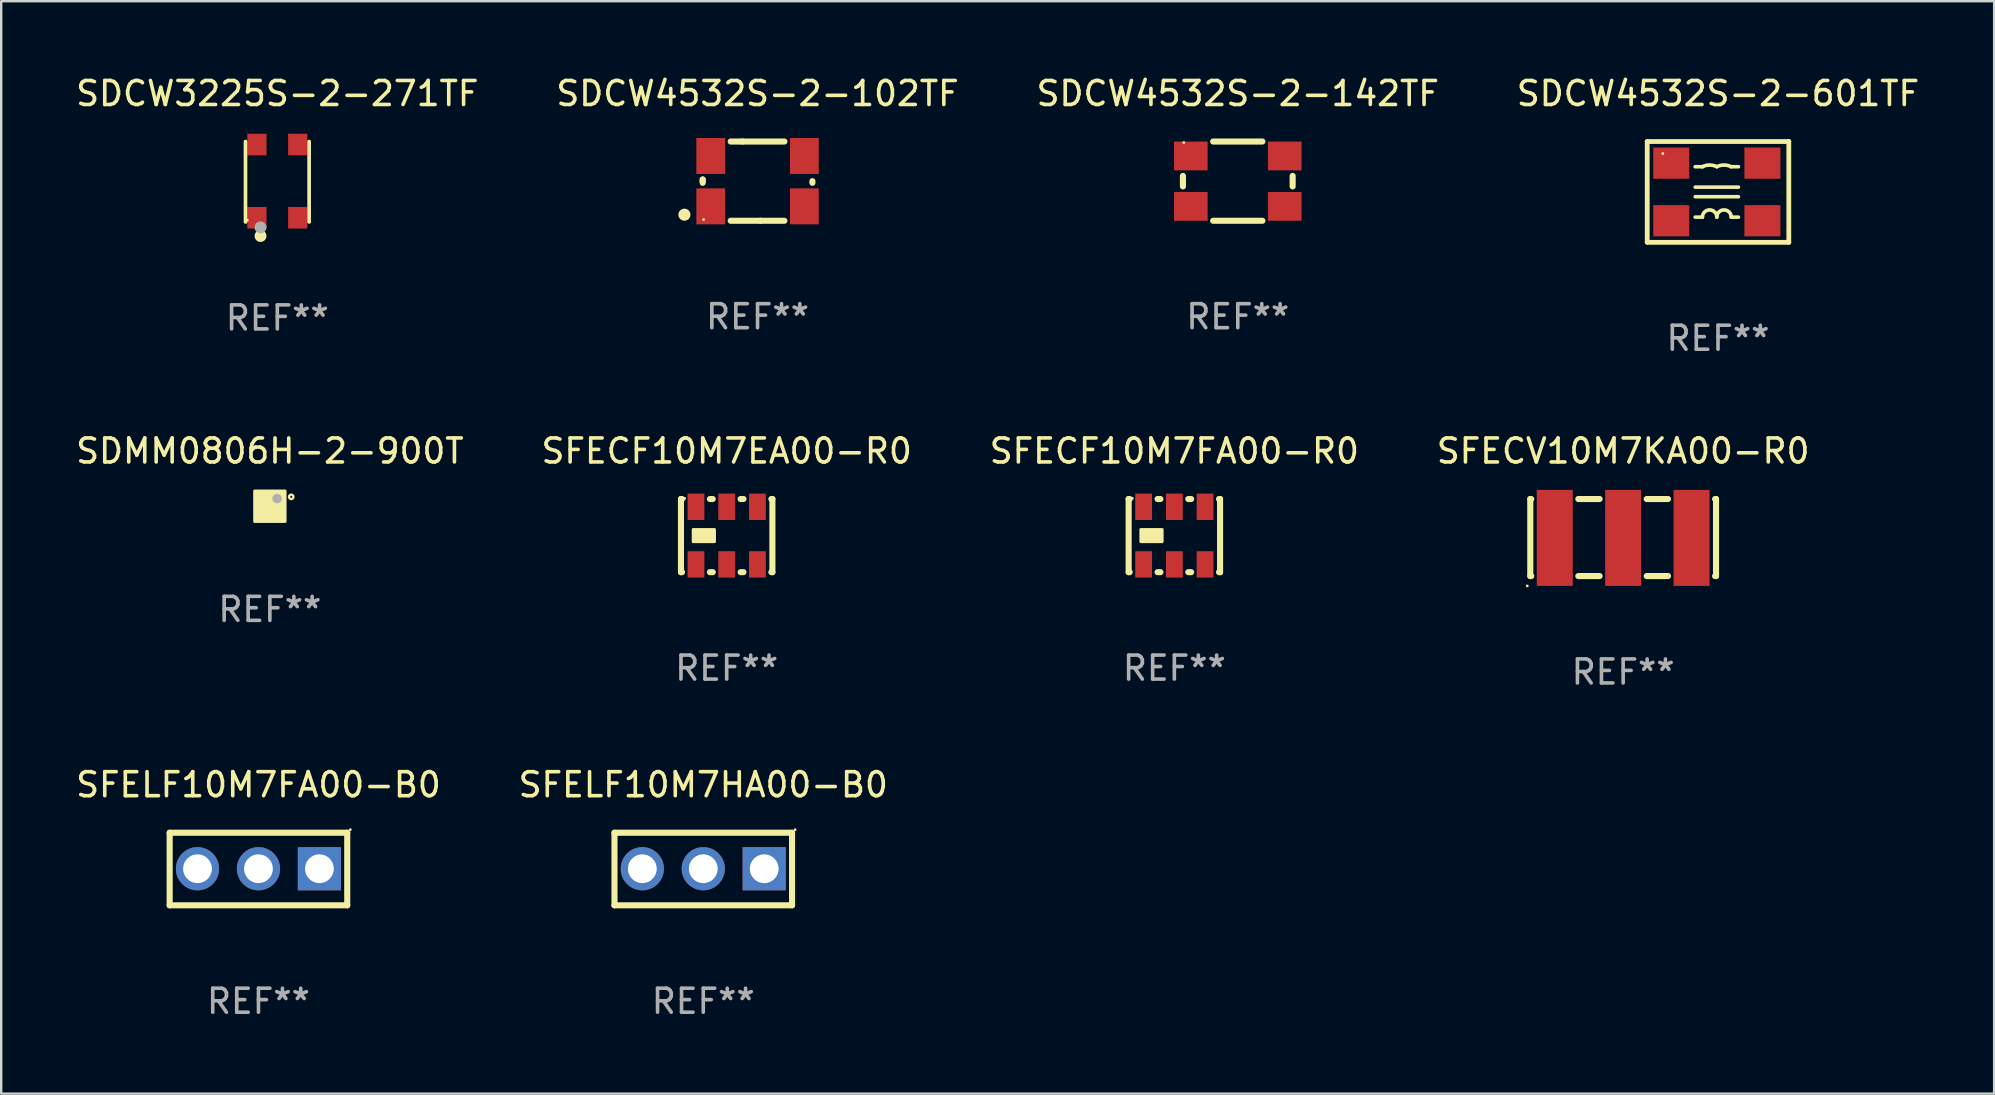
<source format=kicad_pcb>
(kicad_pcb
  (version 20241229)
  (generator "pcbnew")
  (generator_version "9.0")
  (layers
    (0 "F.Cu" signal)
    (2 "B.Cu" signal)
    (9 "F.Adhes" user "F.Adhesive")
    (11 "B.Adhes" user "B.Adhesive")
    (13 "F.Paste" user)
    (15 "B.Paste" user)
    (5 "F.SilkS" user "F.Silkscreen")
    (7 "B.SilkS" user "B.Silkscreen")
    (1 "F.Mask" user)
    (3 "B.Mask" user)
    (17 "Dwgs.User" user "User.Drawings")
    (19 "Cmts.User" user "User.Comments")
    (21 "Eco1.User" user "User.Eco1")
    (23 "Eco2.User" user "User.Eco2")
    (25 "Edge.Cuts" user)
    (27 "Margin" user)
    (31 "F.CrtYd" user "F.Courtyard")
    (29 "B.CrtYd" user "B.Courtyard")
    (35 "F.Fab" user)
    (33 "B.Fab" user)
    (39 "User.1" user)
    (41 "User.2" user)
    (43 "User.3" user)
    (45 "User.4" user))
  (footprint "SDCW3225S-2-271TF"
    (layer "F.Cu")
    (at 8.506 4.524)
    (property "Reference" "SDCW3225S-2-271TF" (at 0 -3.676 0) (layer "F.SilkS") (effects (font (size 1 1) (thickness 0.15))))
    (attr through_hole)
    (fp_line (start -1.326 1.676) (end -1.326 -1.676) (stroke (width 0.152) (type solid)) (layer "F.SilkS"))
    (fp_line (start 1.326 1.676) (end 1.326 -1.676) (stroke (width 0.152) (type solid)) (layer "F.SilkS"))
    (fp_circle (center -1.25 1.6) (end -1.22 1.6) (stroke (width 0.06) (type solid)) (fill no) (layer "F.SilkS"))
    (fp_circle (center -0.7 2.26) (end -0.575 2.26) (stroke (width 0.25) (type solid)) (fill no) (layer "F.SilkS"))
    (fp_circle (center -0.7 1.9) (end -0.575 1.9) (stroke (width 0.25) (type solid)) (fill no) (layer "F.Fab"))
    (fp_text user "REF**" (at 0 5.676 0) (layer "F.Fab") (effects (font (size 1 1) (thickness 0.15))))
    (pad "1" smd rect (at -0.85 1.5) (size 0.8 0.9) (layers "F.Cu" "F.Mask" "F.Paste"))
    (pad "2" smd rect (at -0.85 -1.55) (size 0.8 0.9) (layers "F.Cu" "F.Mask" "F.Paste"))
    (pad "3" smd rect (at 0.85 -1.55) (size 0.8 0.9) (layers "F.Cu" "F.Mask" "F.Paste"))
    (pad "4" smd rect (at 0.85 1.5) (size 0.8 0.9) (layers "F.Cu" "F.Mask" "F.Paste")))
  (footprint "SFECF10M7FA00-R0"
    (layer "F.Cu")
    (at 45.887 19.269)
    (property "Reference" "SFECF10M7FA00-R0" (at 0 -3.524 0) (layer "F.SilkS") (effects (font (size 1 1) (thickness 0.15))))
    (attr through_hole)
    (fp_line (start -1.905 -1.524) (end -1.905 1.524) (stroke (width 0.254) (type solid)) (layer "F.SilkS"))
    (fp_line (start -1.905 1.524) (end -1.861 1.524) (stroke (width 0.254) (type solid)) (layer "F.SilkS"))
    (fp_line (start -1.861 -1.524) (end -1.905 -1.524) (stroke (width 0.254) (type solid)) (layer "F.SilkS"))
    (fp_line (start -0.699 1.524) (end -0.581 1.524) (stroke (width 0.254) (type solid)) (layer "F.SilkS"))
    (fp_line (start -0.581 -1.524) (end -0.699 -1.524) (stroke (width 0.254) (type solid)) (layer "F.SilkS"))
    (fp_line (start 0.581 1.524) (end 0.699 1.524) (stroke (width 0.254) (type solid)) (layer "F.SilkS"))
    (fp_line (start 0.699 -1.524) (end 0.581 -1.524) (stroke (width 0.254) (type solid)) (layer "F.SilkS"))
    (fp_line (start 1.861 1.524) (end 1.905 1.524) (stroke (width 0.254) (type solid)) (layer "F.SilkS"))
    (fp_line (start 1.905 -1.524) (end 1.861 -1.524) (stroke (width 0.254) (type solid)) (layer "F.SilkS"))
    (fp_line (start 1.905 1.524) (end 1.905 -1.524) (stroke (width 0.254) (type solid)) (layer "F.SilkS"))
    (fp_circle (center -1.75 -1.55) (end -1.72 -1.55) (stroke (width 0.06) (type solid)) (fill no) (layer "F.SilkS"))
    (fp_poly (pts (xy -1.397 -0.254) (xy -0.508 -0.254) (xy -0.508 0.254) (xy -1.397 0.254)) (stroke (width 0.12) (type solid)) (fill yes) (layer "F.SilkS"))
    (fp_text user "REF**" (at 0 5.524 0) (layer "F.Fab") (effects (font (size 1 1) (thickness 0.15))))
    (pad "1" smd rect (at -1.28 -1.2) (size 0.7 1.1) (layers "F.Cu" "F.Mask" "F.Paste"))
    (pad "2" smd rect (at 0 -1.2) (size 0.7 1.1) (layers "F.Cu" "F.Mask" "F.Paste"))
    (pad "3" smd rect (at 1.28 -1.2) (size 0.7 1.1) (layers "F.Cu" "F.Mask" "F.Paste"))
    (pad "4" smd rect (at 1.28 1.2) (size 0.7 1.1) (layers "F.Cu" "F.Mask" "F.Paste"))
    (pad "5" smd rect (at 0 1.2) (size 0.7 1.1) (layers "F.Cu" "F.Mask" "F.Paste"))
    (pad "6" smd rect (at -1.28 1.2) (size 0.7 1.1) (layers "F.Cu" "F.Mask" "F.Paste")))
  (footprint "SFELF10M7FA00-B0"
    (layer "F.Cu")
    (at 7.72 33.163)
    (property "Reference" "SFELF10M7FA00-B0" (at 0 -3.512 0) (layer "F.SilkS") (effects (font (size 1 1) (thickness 0.15))))
    (attr through_hole)
    (fp_line (start -3.7 -1.512) (end -3.7 1.512) (stroke (width 0.254) (type solid)) (layer "F.SilkS"))
    (fp_line (start -3.7 -1.512) (end 3.7 -1.512) (stroke (width 0.254) (type solid)) (layer "F.SilkS"))
    (fp_line (start -3.7 1.512) (end 3.7 1.512) (stroke (width 0.254) (type solid)) (layer "F.SilkS"))
    (fp_line (start 3.7 -1.512) (end 3.7 1.512) (stroke (width 0.254) (type solid)) (layer "F.SilkS"))
    (fp_circle (center 3.827 -1.639) (end 3.857 -1.639) (stroke (width 0.06) (type solid)) (fill no) (layer "F.SilkS"))
    (fp_text user "REF**" (at 0 5.512 0) (layer "F.Fab") (effects (font (size 1 1) (thickness 0.15))))
    (pad "1" thru_hole rect (at 2.54 -0.012) (size 1.8 1.8) (drill 1.2) (layers "*.Cu" "*.Mask"))
    (pad "2" thru_hole circle (at 0 -0.012) (size 1.8 1.8) (drill 1.2) (layers "*.Cu" "*.Mask"))
    (pad "3" thru_hole circle (at -2.54 -0.012) (size 1.8 1.8) (drill 1.2) (layers "*.Cu" "*.Mask")))
  (footprint "SFELF10M7HA00-B0"
    (layer "F.Cu")
    (at 26.256 33.163)
    (property "Reference" "SFELF10M7HA00-B0" (at 0 -3.512 0) (layer "F.SilkS") (effects (font (size 1 1) (thickness 0.15))))
    (attr through_hole)
    (fp_line (start -3.7 -1.512) (end -3.7 1.512) (stroke (width 0.254) (type solid)) (layer "F.SilkS"))
    (fp_line (start -3.7 -1.512) (end 3.7 -1.512) (stroke (width 0.254) (type solid)) (layer "F.SilkS"))
    (fp_line (start -3.7 1.512) (end 3.7 1.512) (stroke (width 0.254) (type solid)) (layer "F.SilkS"))
    (fp_line (start 3.7 -1.512) (end 3.7 1.512) (stroke (width 0.254) (type solid)) (layer "F.SilkS"))
    (fp_circle (center 3.827 -1.639) (end 3.857 -1.639) (stroke (width 0.06) (type solid)) (fill no) (layer "F.SilkS"))
    (fp_text user "REF**" (at 0 5.512 0) (layer "F.Fab") (effects (font (size 1 1) (thickness 0.15))))
    (pad "1" thru_hole rect (at 2.54 -0.012) (size 1.8 1.8) (drill 1.2) (layers "*.Cu" "*.Mask"))
    (pad "2" thru_hole circle (at 0 -0.012) (size 1.8 1.8) (drill 1.2) (layers "*.Cu" "*.Mask"))
    (pad "3" thru_hole circle (at -2.54 -0.012) (size 1.8 1.8) (drill 1.2) (layers "*.Cu" "*.Mask")))
  (footprint "SDMM0806H-2-900T"
    (layer "F.Cu")
    (at 8.196 18.045)
    (property "Reference" "SDMM0806H-2-900T" (at 0 -2.3 0) (layer "F.SilkS") (effects (font (size 1 1) (thickness 0.15))))
    (attr through_hole)
    (fp_circle (center 0.325 -0.425) (end 0.355 -0.425) (stroke (width 0.06) (type solid)) (fill no) (layer "F.SilkS"))
    (fp_circle (center 0.89 -0.39) (end 0.932 -0.39) (stroke (width 0.1) (type solid)) (fill no) (layer "F.SilkS"))
    (fp_poly (pts (xy -0.635 -0.635) (xy 0.635 -0.635) (xy 0.635 0.635) (xy -0.635 0.635)) (stroke (width 0.12) (type solid)) (fill yes) (layer "F.SilkS"))
    (fp_circle (center 0.3 -0.32) (end 0.4 -0.32) (stroke (width 0.2) (type solid)) (fill no) (layer "F.Fab"))
    (fp_text user "REF**" (at 0 4.3 0) (layer "F.Fab") (effects (font (size 1 1) (thickness 0.15))))
    (pad "1" smd rect (at 0.25 -0.3) (size 0.3 0.3) (layers "F.Cu" "F.Mask" "F.Paste"))
    (pad "2" smd rect (at 0.25 0.3) (size 0.3 0.3) (layers "F.Cu" "F.Mask" "F.Paste"))
    (pad "3" smd rect (at -0.25 -0.3) (size 0.3 0.3) (layers "F.Cu" "F.Mask" "F.Paste"))
    (pad "4" smd rect (at -0.25 0.3) (size 0.3 0.3) (layers "F.Cu" "F.Mask" "F.Paste")))
  (footprint "SDCW4532S-2-102TF"
    (layer "F.Cu")
    (at 28.518 4.499)
    (property "Reference" "SDCW4532S-2-102TF" (at 0 -3.651 0) (layer "F.SilkS") (effects (font (size 1 1) (thickness 0.15))))
    (attr through_hole)
    (fp_line (start -2.286 -0.069) (end -2.286 0.069) (stroke (width 0.254) (type solid)) (layer "F.SilkS"))
    (fp_line (start -2.286 0) (end -2.286 -0.069) (stroke (width 0.254) (type solid)) (layer "F.SilkS"))
    (fp_line (start -0.635 -1.651) (end -1.119 -1.651) (stroke (width 0.254) (type solid)) (layer "F.SilkS"))
    (fp_line (start -0.635 -1.651) (end 1.119 -1.651) (stroke (width 0.254) (type solid)) (layer "F.SilkS"))
    (fp_line (start 0.127 1.651) (end -1.119 1.651) (stroke (width 0.254) (type solid)) (layer "F.SilkS"))
    (fp_line (start 0.127 1.651) (end 1.119 1.651) (stroke (width 0.254) (type solid)) (layer "F.SilkS"))
    (fp_line (start 2.286 0) (end 2.286 0.069) (stroke (width 0.254) (type solid)) (layer "F.SilkS"))
    (fp_circle (center -3.048 1.397) (end -2.921 1.397) (stroke (width 0.254) (type solid)) (fill no) (layer "F.SilkS"))
    (fp_circle (center -2.25 1.6) (end -2.22 1.6) (stroke (width 0.06) (type solid)) (fill no) (layer "F.SilkS"))
    (fp_text user "REF**" (at 0 5.651 0) (layer "F.Fab") (effects (font (size 1 1) (thickness 0.15))))
    (pad "1" smd rect (at -1.95 1.05) (size 1.2 1.5) (layers "F.Cu" "F.Mask" "F.Paste"))
    (pad "2" smd rect (at 1.95 1.05) (size 1.2 1.5) (layers "F.Cu" "F.Mask" "F.Paste"))
    (pad "3" smd rect (at 1.95 -1.05) (size 1.2 1.5) (layers "F.Cu" "F.Mask" "F.Paste"))
    (pad "4" smd rect (at -1.95 -1.05) (size 1.2 1.5) (layers "F.Cu" "F.Mask" "F.Paste")))
  (footprint "SDCW4532S-2-142TF"
    (layer "F.Cu")
    (at 48.53 4.499)
    (property "Reference" "SDCW4532S-2-142TF" (at 0 -3.651 0) (layer "F.SilkS") (effects (font (size 1 1) (thickness 0.15))))
    (attr through_hole)
    (fp_line (start -2.286 0.219) (end -2.286 -0.219) (stroke (width 0.254) (type solid)) (layer "F.SilkS"))
    (fp_line (start -1.026 -1.651) (end 1.026 -1.651) (stroke (width 0.254) (type solid)) (layer "F.SilkS"))
    (fp_line (start -1.026 1.651) (end 1.026 1.651) (stroke (width 0.254) (type solid)) (layer "F.SilkS"))
    (fp_line (start 2.286 -0.219) (end 2.286 0.219) (stroke (width 0.254) (type solid)) (layer "F.SilkS"))
    (fp_circle (center -2.25 -1.607) (end -2.22 -1.607) (stroke (width 0.06) (type solid)) (fill no) (layer "F.SilkS"))
    (fp_text user "REF**" (at 0 5.651 0) (layer "F.Fab") (effects (font (size 1 1) (thickness 0.15))))
    (pad "1" smd rect (at -1.957 -1.05) (size 1.4 1.2) (layers "F.Cu" "F.Mask" "F.Paste"))
    (pad "2" smd rect (at -1.957 1.05) (size 1.4 1.2) (layers "F.Cu" "F.Mask" "F.Paste"))
    (pad "3" smd rect (at 1.957 1.05) (size 1.4 1.2) (layers "F.Cu" "F.Mask" "F.Paste"))
    (pad "4" smd rect (at 1.957 -1.05) (size 1.4 1.2) (layers "F.Cu" "F.Mask" "F.Paste")))
  (footprint "SDCW4532S-2-601TF"
    (layer "F.Cu")
    (at 68.542 4.948)
    (property "Reference" "SDCW4532S-2-601TF" (at 0 -4.1 0) (layer "F.SilkS") (effects (font (size 1 1) (thickness 0.15))))
    (attr through_hole)
    (fp_line (start -2.95 -2.1) (end 2.95 -2.1) (stroke (width 0.2) (type solid)) (layer "F.SilkS"))
    (fp_line (start -2.95 2.1) (end -2.95 -2.1) (stroke (width 0.2) (type solid)) (layer "F.SilkS"))
    (fp_line (start -0.95 -0.2) (end 0.85 -0.2) (stroke (width 0.152) (type solid)) (layer "F.SilkS"))
    (fp_line (start -0.65 -1.05) (end -0.95 -1.05) (stroke (width 0.152) (type solid)) (layer "F.SilkS"))
    (fp_line (start -0.65 1.05) (end -0.95 1.05) (stroke (width 0.152) (type solid)) (layer "F.SilkS"))
    (fp_line (start 0.55 -1.05) (end 0.85 -1.05) (stroke (width 0.152) (type solid)) (layer "F.SilkS"))
    (fp_line (start 0.55 1.05) (end 0.85 1.05) (stroke (width 0.152) (type solid)) (layer "F.SilkS"))
    (fp_line (start 0.85 0.2) (end -0.95 0.2) (stroke (width 0.152) (type solid)) (layer "F.SilkS"))
    (fp_line (start 2.95 -2.1) (end 2.95 2.1) (stroke (width 0.2) (type solid)) (layer "F.SilkS"))
    (fp_line (start 2.95 2.1) (end -2.95 2.1) (stroke (width 0.2) (type solid)) (layer "F.SilkS"))
    (fp_arc (start -0.65 1.049835) (mid -0.35 0.749835) (end -0.05 1.049835) (stroke (width 0.151994) (type solid)) (layer "F.SilkS"))
    (fp_arc (start -0.649949 -1.049784) (mid -0.349949 -1.120604) (end -0.049949 -1.049784) (stroke (width 0.151994) (type solid)) (layer "F.SilkS"))
    (fp_arc (start -0.05 1.049835) (mid 0.25 0.749835) (end 0.55 1.049835) (stroke (width 0.151994) (type solid)) (layer "F.SilkS"))
    (fp_arc (start -0.049949 -1.049784) (mid 0.250051 -1.120604) (end 0.550051 -1.049784) (stroke (width 0.151994) (type solid)) (layer "F.SilkS"))
    (fp_circle (center -2.3 -1.6) (end -2.27 -1.6) (stroke (width 0.06) (type solid)) (fill no) (layer "F.SilkS"))
    (fp_text user "REF**" (at 0 6.1 0) (layer "F.Fab") (effects (font (size 1 1) (thickness 0.15))))
    (pad "1" smd rect (at -1.95 -1.2 270) (size 1.3 1.5) (layers "F.Cu" "F.Mask" "F.Paste"))
    (pad "2" smd rect (at 1.85 -1.2 270) (size 1.3 1.5) (layers "F.Cu" "F.Mask" "F.Paste"))
    (pad "3" smd rect (at 1.85 1.2 270) (size 1.3 1.5) (layers "F.Cu" "F.Mask" "F.Paste"))
    (pad "4" smd rect (at -1.95 1.2 270) (size 1.3 1.5) (layers "F.Cu" "F.Mask" "F.Paste")))
  (footprint "SFECF10M7EA00-R0"
    (layer "F.Cu")
    (at 27.232 19.269)
    (property "Reference" "SFECF10M7EA00-R0" (at 0 -3.524 0) (layer "F.SilkS") (effects (font (size 1 1) (thickness 0.15))))
    (attr through_hole)
    (fp_line (start -1.905 -1.524) (end -1.905 1.524) (stroke (width 0.254) (type solid)) (layer "F.SilkS"))
    (fp_line (start -1.905 1.524) (end -1.861 1.524) (stroke (width 0.254) (type solid)) (layer "F.SilkS"))
    (fp_line (start -1.861 -1.524) (end -1.905 -1.524) (stroke (width 0.254) (type solid)) (layer "F.SilkS"))
    (fp_line (start -0.699 1.524) (end -0.581 1.524) (stroke (width 0.254) (type solid)) (layer "F.SilkS"))
    (fp_line (start -0.581 -1.524) (end -0.699 -1.524) (stroke (width 0.254) (type solid)) (layer "F.SilkS"))
    (fp_line (start 0.581 1.524) (end 0.699 1.524) (stroke (width 0.254) (type solid)) (layer "F.SilkS"))
    (fp_line (start 0.699 -1.524) (end 0.581 -1.524) (stroke (width 0.254) (type solid)) (layer "F.SilkS"))
    (fp_line (start 1.861 1.524) (end 1.905 1.524) (stroke (width 0.254) (type solid)) (layer "F.SilkS"))
    (fp_line (start 1.905 -1.524) (end 1.861 -1.524) (stroke (width 0.254) (type solid)) (layer "F.SilkS"))
    (fp_line (start 1.905 1.524) (end 1.905 -1.524) (stroke (width 0.254) (type solid)) (layer "F.SilkS"))
    (fp_circle (center -1.75 -1.55) (end -1.72 -1.55) (stroke (width 0.06) (type solid)) (fill no) (layer "F.SilkS"))
    (fp_poly (pts (xy -1.397 -0.254) (xy -0.508 -0.254) (xy -0.508 0.254) (xy -1.397 0.254)) (stroke (width 0.12) (type solid)) (fill yes) (layer "F.SilkS"))
    (fp_text user "REF**" (at 0 5.524 0) (layer "F.Fab") (effects (font (size 1 1) (thickness 0.15))))
    (pad "1" smd rect (at -1.28 -1.2) (size 0.7 1.1) (layers "F.Cu" "F.Mask" "F.Paste"))
    (pad "2" smd rect (at 0 -1.2) (size 0.7 1.1) (layers "F.Cu" "F.Mask" "F.Paste"))
    (pad "3" smd rect (at 1.28 -1.2) (size 0.7 1.1) (layers "F.Cu" "F.Mask" "F.Paste"))
    (pad "4" smd rect (at 1.28 1.2) (size 0.7 1.1) (layers "F.Cu" "F.Mask" "F.Paste"))
    (pad "5" smd rect (at 0 1.2) (size 0.7 1.1) (layers "F.Cu" "F.Mask" "F.Paste"))
    (pad "6" smd rect (at -1.28 1.2) (size 0.7 1.1) (layers "F.Cu" "F.Mask" "F.Paste")))
  (footprint "SFECV10M7KA00-R0"
    (layer "F.Cu")
    (at 64.589 19.35)
    (property "Reference" "SFECV10M7KA00-R0" (at 0 -3.605 0) (layer "F.SilkS") (effects (font (size 1 1) (thickness 0.15))))
    (attr through_hole)
    (fp_line (start -3.87 -1.605) (end -3.831 -1.605) (stroke (width 0.254) (type solid)) (layer "F.SilkS"))
    (fp_line (start -3.87 1.605) (end -3.87 -1.605) (stroke (width 0.254) (type solid)) (layer "F.SilkS"))
    (fp_line (start -3.831 1.605) (end -3.87 1.605) (stroke (width 0.254) (type solid)) (layer "F.SilkS"))
    (fp_line (start -1.869 -1.605) (end -0.981 -1.605) (stroke (width 0.254) (type solid)) (layer "F.SilkS"))
    (fp_line (start -0.981 1.605) (end -1.869 1.605) (stroke (width 0.254) (type solid)) (layer "F.SilkS"))
    (fp_line (start 0.981 -1.605) (end 1.869 -1.605) (stroke (width 0.254) (type solid)) (layer "F.SilkS"))
    (fp_line (start 1.869 1.605) (end 0.981 1.605) (stroke (width 0.254) (type solid)) (layer "F.SilkS"))
    (fp_line (start 3.831 -1.605) (end 3.87 -1.605) (stroke (width 0.254) (type solid)) (layer "F.SilkS"))
    (fp_line (start 3.87 -1.605) (end 3.87 1.605) (stroke (width 0.254) (type solid)) (layer "F.SilkS"))
    (fp_line (start 3.87 1.605) (end 3.831 1.605) (stroke (width 0.254) (type solid)) (layer "F.SilkS"))
    (fp_circle (center -3.997 2.015) (end -3.967 2.015) (stroke (width 0.06) (type solid)) (fill no) (layer "F.SilkS"))
    (fp_text user "REF**" (at 0 5.605 0) (layer "F.Fab") (effects (font (size 1 1) (thickness 0.15))))
    (pad "1" smd rect (at -2.85 0.015) (size 1.5 4) (layers "F.Cu" "F.Mask" "F.Paste"))
    (pad "2" smd rect (at 0 0.015) (size 1.5 4) (layers "F.Cu" "F.Mask" "F.Paste"))
    (pad "3" smd rect (at 2.85 0.015) (size 1.5 4) (layers "F.Cu" "F.Mask" "F.Paste")))
  (gr_rect
    (start -3 -3)
    (end 80.048 42.523)
    (stroke (width 0.1) (type default))
    (fill no)
    (layer "Edge.Cuts")))
</source>
